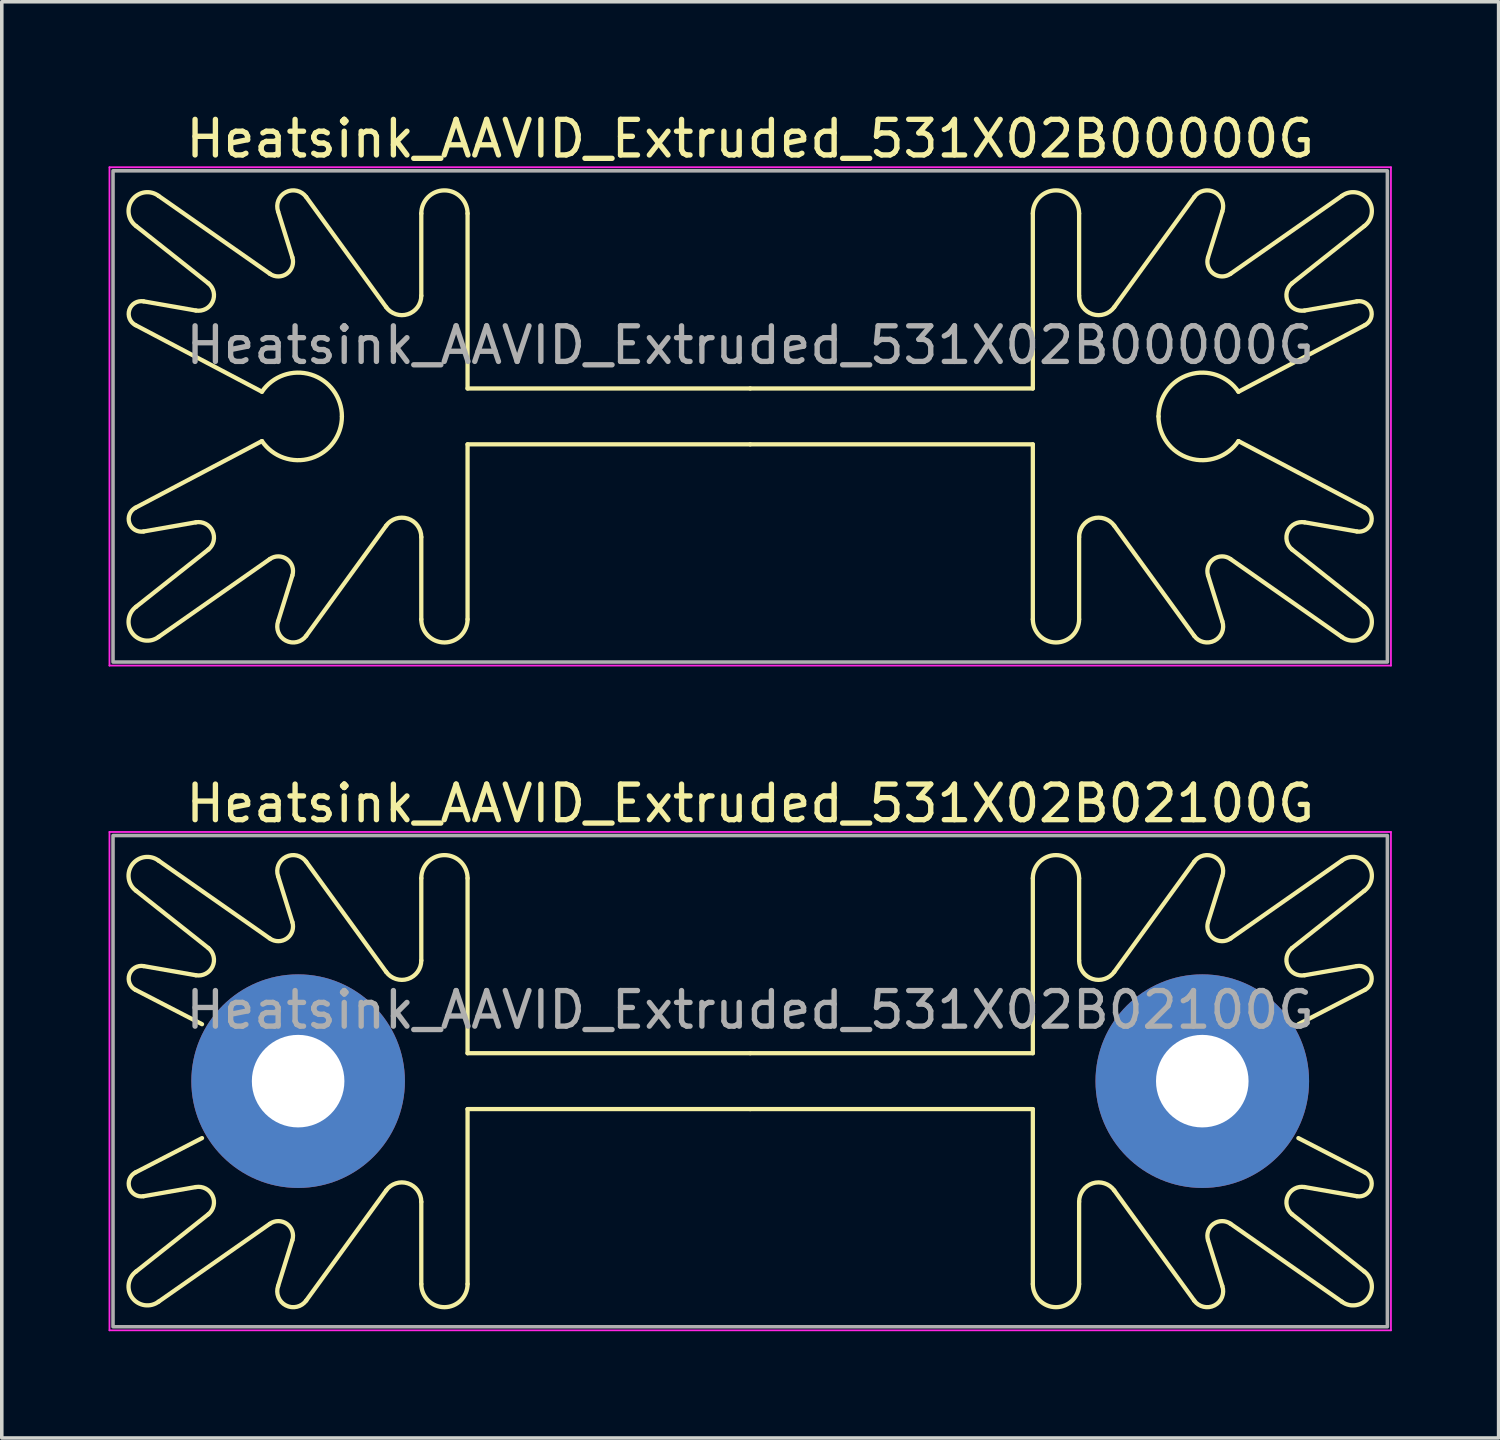
<source format=kicad_pcb>
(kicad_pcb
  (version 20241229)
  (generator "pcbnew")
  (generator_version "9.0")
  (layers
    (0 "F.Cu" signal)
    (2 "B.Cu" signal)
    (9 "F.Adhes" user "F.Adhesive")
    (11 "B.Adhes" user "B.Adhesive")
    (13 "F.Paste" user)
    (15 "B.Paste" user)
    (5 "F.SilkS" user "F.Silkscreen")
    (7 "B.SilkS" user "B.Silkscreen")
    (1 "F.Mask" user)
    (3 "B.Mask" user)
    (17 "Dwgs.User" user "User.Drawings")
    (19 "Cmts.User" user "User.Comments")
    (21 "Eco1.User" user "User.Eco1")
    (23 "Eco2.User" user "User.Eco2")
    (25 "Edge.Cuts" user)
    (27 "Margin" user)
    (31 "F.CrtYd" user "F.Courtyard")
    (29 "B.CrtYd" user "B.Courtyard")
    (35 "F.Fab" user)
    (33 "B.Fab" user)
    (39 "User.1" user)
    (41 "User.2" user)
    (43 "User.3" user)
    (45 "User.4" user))
  (footprint "Heatsink_AAVID_Extruded_531X02B02100G"
    (layer "F.Cu")
    (at 18.025 27.322)
    (property "Reference" "Heatsink_AAVID_Extruded_531X02B02100G" (at 0 -7.8 0) (layer "F.SilkS") (effects (font (size 1 1) (thickness 0.15))))
    (attr through_hole)
    (fp_line (start -17.251 -5.347) (end -15.22 -3.738) (stroke (width 0.12) (type default)) (layer "F.SilkS"))
    (fp_line (start -17.251 5.347) (end -15.22 3.738) (stroke (width 0.12) (type default)) (layer "F.SilkS"))
    (fp_line (start -17.041 -3.232) (end -15.573 -2.975) (stroke (width 0.12) (type default)) (layer "F.SilkS"))
    (fp_line (start -17.041 3.232) (end -15.573 2.975) (stroke (width 0.12) (type default)) (layer "F.SilkS"))
    (fp_line (start -16.62 -6.195) (end -13.494 -4.007) (stroke (width 0.12) (type default)) (layer "F.SilkS"))
    (fp_line (start -16.62 6.195) (end -13.494 4.007) (stroke (width 0.12) (type default)) (layer "F.SilkS"))
    (fp_line (start -15.4 -1.6) (end -17.269 -2.565) (stroke (width 0.12) (type default)) (layer "F.SilkS"))
    (fp_line (start -15.4 1.6) (end -17.269 2.565) (stroke (width 0.12) (type default)) (layer "F.SilkS"))
    (fp_line (start -13.262 -5.755) (end -12.861 -4.467) (stroke (width 0.12) (type default)) (layer "F.SilkS"))
    (fp_line (start -13.262 5.755) (end -12.861 4.467) (stroke (width 0.12) (type default)) (layer "F.SilkS"))
    (fp_line (start -12.474 -6.165) (end -10.227 -3.07) (stroke (width 0.12) (type default)) (layer "F.SilkS"))
    (fp_line (start -12.474 6.165) (end -10.227 3.07) (stroke (width 0.12) (type default)) (layer "F.SilkS"))
    (fp_line (start -9.24 -3.39) (end -9.24 -5.7) (stroke (width 0.12) (type default)) (layer "F.SilkS"))
    (fp_line (start -9.24 3.39) (end -9.24 5.7) (stroke (width 0.12) (type default)) (layer "F.SilkS"))
    (fp_line (start -7.94 -5.7) (end -7.94 -0.785) (stroke (width 0.12) (type default)) (layer "F.SilkS"))
    (fp_line (start -7.94 -0.785) (end 0 -0.785) (stroke (width 0.12) (type default)) (layer "F.SilkS"))
    (fp_line (start -7.94 0.785) (end 0 0.785) (stroke (width 0.12) (type default)) (layer "F.SilkS"))
    (fp_line (start -7.94 5.7) (end -7.94 0.785) (stroke (width 0.12) (type default)) (layer "F.SilkS"))
    (fp_line (start 7.94 -5.7) (end 7.94 -0.785) (stroke (width 0.12) (type default)) (layer "F.SilkS"))
    (fp_line (start 7.94 -0.785) (end 0 -0.785) (stroke (width 0.12) (type default)) (layer "F.SilkS"))
    (fp_line (start 7.94 0.785) (end 0 0.785) (stroke (width 0.12) (type default)) (layer "F.SilkS"))
    (fp_line (start 7.94 5.7) (end 7.94 0.785) (stroke (width 0.12) (type default)) (layer "F.SilkS"))
    (fp_line (start 9.24 -3.39) (end 9.24 -5.7) (stroke (width 0.12) (type default)) (layer "F.SilkS"))
    (fp_line (start 9.24 3.39) (end 9.24 5.7) (stroke (width 0.12) (type default)) (layer "F.SilkS"))
    (fp_line (start 12.474 -6.165) (end 10.227 -3.07) (stroke (width 0.12) (type default)) (layer "F.SilkS"))
    (fp_line (start 12.474 6.165) (end 10.227 3.07) (stroke (width 0.12) (type default)) (layer "F.SilkS"))
    (fp_line (start 13.262 -5.755) (end 12.861 -4.467) (stroke (width 0.12) (type default)) (layer "F.SilkS"))
    (fp_line (start 13.262 5.755) (end 12.861 4.467) (stroke (width 0.12) (type default)) (layer "F.SilkS"))
    (fp_line (start 15.4 -1.6) (end 17.269 -2.565) (stroke (width 0.12) (type default)) (layer "F.SilkS"))
    (fp_line (start 15.4 1.6) (end 17.269 2.565) (stroke (width 0.12) (type default)) (layer "F.SilkS"))
    (fp_line (start 16.62 -6.195) (end 13.494 -4.007) (stroke (width 0.12) (type default)) (layer "F.SilkS"))
    (fp_line (start 16.62 6.195) (end 13.494 4.007) (stroke (width 0.12) (type default)) (layer "F.SilkS"))
    (fp_line (start 17.041 -3.232) (end 15.573 -2.975) (stroke (width 0.12) (type default)) (layer "F.SilkS"))
    (fp_line (start 17.041 3.232) (end 15.573 2.975) (stroke (width 0.12) (type default)) (layer "F.SilkS"))
    (fp_line (start 17.251 -5.347) (end 15.22 -3.738) (stroke (width 0.12) (type default)) (layer "F.SilkS"))
    (fp_line (start 17.251 5.347) (end 15.22 3.738) (stroke (width 0.12) (type default)) (layer "F.SilkS"))
    (fp_arc (start -17.269214 -2.565036) (mid -17.440597 -2.996056) (end -17.041391 -3.232244) (stroke (width 0.12) (type default)) (layer "F.SilkS"))
    (fp_arc (start -17.251322 -5.347047) (mid -17.35513 -6.083544) (end -16.619722 -6.194806) (stroke (width 0.12) (type default)) (layer "F.SilkS"))
    (fp_arc (start -17.041391 3.232244) (mid -17.440597 2.996056) (end -17.269214 2.565036) (stroke (width 0.12) (type default)) (layer "F.SilkS"))
    (fp_arc (start -16.619722 6.194806) (mid -17.35513 6.083544) (end -17.251322 5.347047) (stroke (width 0.12) (type default)) (layer "F.SilkS"))
    (fp_arc (start -15.573285 2.975325) (mid -15.103475 3.221267) (end -15.220495 3.738486) (stroke (width 0.12) (type default)) (layer "F.SilkS"))
    (fp_arc (start -15.220495 -3.738486) (mid -15.103476 -3.221268) (end -15.573285 -2.975325) (stroke (width 0.12) (type default)) (layer "F.SilkS"))
    (fp_arc (start -13.494196 4.006938) (mid -13.013649 4.011159) (end -12.86112 4.466876) (stroke (width 0.12) (type default)) (layer "F.SilkS"))
    (fp_arc (start -13.262222 -5.754806) (mid -13.044559 -6.299541) (end -12.473631 -6.164803) (stroke (width 0.12) (type default)) (layer "F.SilkS"))
    (fp_arc (start -12.86112 -4.466876) (mid -13.013649 -4.011159) (end -13.494196 -4.006938) (stroke (width 0.12) (type default)) (layer "F.SilkS"))
    (fp_arc (start -12.473631 6.164803) (mid -13.044559 6.299541) (end -13.262222 5.754806) (stroke (width 0.12) (type default)) (layer "F.SilkS"))
    (fp_arc (start -10.227108 3.069551) (mid -9.617107 2.871094) (end -9.24 3.390015) (stroke (width 0.12) (type default)) (layer "F.SilkS"))
    (fp_arc (start -9.24 -5.700005) (mid -8.589998 -6.34999) (end -7.94 -5.7) (stroke (width 0.12) (type default)) (layer "F.SilkS"))
    (fp_arc (start -9.24 -3.390015) (mid -9.617106 -2.871091) (end -10.227108 -3.069551) (stroke (width 0.12) (type default)) (layer "F.SilkS"))
    (fp_arc (start -7.94 5.7) (mid -8.589998 6.34999) (end -9.24 5.700005) (stroke (width 0.12) (type default)) (layer "F.SilkS"))
    (fp_arc (start 7.94 -5.7) (mid 8.589997 -6.35) (end 9.24 -5.700005) (stroke (width 0.12) (type default)) (layer "F.SilkS"))
    (fp_arc (start 9.24 3.390015) (mid 9.617118 2.871065) (end 10.227108 3.069551) (stroke (width 0.12) (type default)) (layer "F.SilkS"))
    (fp_arc (start 9.24 5.700005) (mid 8.589998 6.35) (end 7.94 5.7) (stroke (width 0.12) (type default)) (layer "F.SilkS"))
    (fp_arc (start 10.227108 -3.069551) (mid 9.617136 -2.87112) (end 9.24 -3.390015) (stroke (width 0.12) (type default)) (layer "F.SilkS"))
    (fp_arc (start 12.473631 -6.164803) (mid 13.044573 -6.29957) (end 13.262222 -5.754806) (stroke (width 0.12) (type default)) (layer "F.SilkS"))
    (fp_arc (start 12.86112 4.466876) (mid 13.013648 4.011156) (end 13.494196 4.006938) (stroke (width 0.12) (type default)) (layer "F.SilkS"))
    (fp_arc (start 13.262222 5.754806) (mid 13.044557 6.299538) (end 12.473631 6.164803) (stroke (width 0.12) (type default)) (layer "F.SilkS"))
    (fp_arc (start 13.494196 -4.006938) (mid 13.013654 -4.011181) (end 12.86112 -4.466876) (stroke (width 0.12) (type default)) (layer "F.SilkS"))
    (fp_arc (start 15.220495 3.738486) (mid 15.103486 3.221284) (end 15.573285 2.975325) (stroke (width 0.12) (type default)) (layer "F.SilkS"))
    (fp_arc (start 15.573285 -2.975325) (mid 15.103462 -3.221272) (end 15.220495 -3.738486) (stroke (width 0.12) (type default)) (layer "F.SilkS"))
    (fp_arc (start 16.619722 -6.194806) (mid 17.355106 -6.08352) (end 17.251322 -5.347047) (stroke (width 0.12) (type default)) (layer "F.SilkS"))
    (fp_arc (start 17.041391 -3.232244) (mid 17.440636 -2.99603) (end 17.269214 -2.565036) (stroke (width 0.12) (type default)) (layer "F.SilkS"))
    (fp_arc (start 17.251322 5.347047) (mid 17.355097 6.083513) (end 16.619722 6.194806) (stroke (width 0.12) (type default)) (layer "F.SilkS"))
    (fp_arc (start 17.269214 2.565036) (mid 17.440597 2.996059) (end 17.041391 3.232244) (stroke (width 0.12) (type default)) (layer "F.SilkS"))
    (fp_line (start -18 -7) (end -18 7) (stroke (width 0.05) (type solid)) (layer "F.CrtYd"))
    (fp_line (start -18 -7) (end 18 -7) (stroke (width 0.05) (type solid)) (layer "F.CrtYd"))
    (fp_line (start 18 7) (end -18 7) (stroke (width 0.05) (type solid)) (layer "F.CrtYd"))
    (fp_line (start 18 7) (end 18 -7) (stroke (width 0.05) (type solid)) (layer "F.CrtYd"))
    (fp_rect (start -17.9 -6.9) (end 17.9 6.9) (stroke (width 0.1) (type default)) (fill no) (layer "F.Fab"))
    (fp_text user "${REFERENCE}" (at 0 -2 0) (layer "F.Fab") (effects (font (size 1 1) (thickness 0.15))))
    (pad "1" thru_hole circle (at -12.7 0) (size 6 6) (drill 2.6) (layers "*.Cu" "*.Mask"))
    (pad "1" thru_hole circle (at 12.7 0) (size 6 6) (drill 2.6) (layers "*.Cu" "*.Mask")))
  (footprint "Heatsink_AAVID_Extruded_531X02B00000G"
    (layer "F.Cu")
    (at 18.025 8.648)
    (property "Reference" "Heatsink_AAVID_Extruded_531X02B00000G" (at 0 -7.8 0) (layer "F.SilkS") (effects (font (size 1 1) (thickness 0.15))))
    (fp_line (start -17.251 -5.347) (end -15.22 -3.738) (stroke (width 0.12) (type default)) (layer "F.SilkS"))
    (fp_line (start -17.251 5.347) (end -15.22 3.738) (stroke (width 0.12) (type default)) (layer "F.SilkS"))
    (fp_line (start -17.041 -3.232) (end -15.573 -2.975) (stroke (width 0.12) (type default)) (layer "F.SilkS"))
    (fp_line (start -17.041 3.232) (end -15.573 2.975) (stroke (width 0.12) (type default)) (layer "F.SilkS"))
    (fp_line (start -16.62 -6.195) (end -13.494 -4.007) (stroke (width 0.12) (type default)) (layer "F.SilkS"))
    (fp_line (start -16.62 6.195) (end -13.494 4.007) (stroke (width 0.12) (type default)) (layer "F.SilkS"))
    (fp_line (start -13.716 -0.693) (end -17.269 -2.565) (stroke (width 0.12) (type default)) (layer "F.SilkS"))
    (fp_line (start -13.716 0.693) (end -17.269 2.565) (stroke (width 0.12) (type default)) (layer "F.SilkS"))
    (fp_line (start -13.262 -5.755) (end -12.861 -4.467) (stroke (width 0.12) (type default)) (layer "F.SilkS"))
    (fp_line (start -13.262 5.755) (end -12.861 4.467) (stroke (width 0.12) (type default)) (layer "F.SilkS"))
    (fp_line (start -12.474 -6.165) (end -10.227 -3.07) (stroke (width 0.12) (type default)) (layer "F.SilkS"))
    (fp_line (start -12.474 6.165) (end -10.227 3.07) (stroke (width 0.12) (type default)) (layer "F.SilkS"))
    (fp_line (start -9.24 -3.39) (end -9.24 -5.7) (stroke (width 0.12) (type default)) (layer "F.SilkS"))
    (fp_line (start -9.24 3.39) (end -9.24 5.7) (stroke (width 0.12) (type default)) (layer "F.SilkS"))
    (fp_line (start -7.94 -5.7) (end -7.94 -0.785) (stroke (width 0.12) (type default)) (layer "F.SilkS"))
    (fp_line (start -7.94 -0.785) (end 0 -0.785) (stroke (width 0.12) (type default)) (layer "F.SilkS"))
    (fp_line (start -7.94 0.785) (end 0 0.785) (stroke (width 0.12) (type default)) (layer "F.SilkS"))
    (fp_line (start -7.94 5.7) (end -7.94 0.785) (stroke (width 0.12) (type default)) (layer "F.SilkS"))
    (fp_line (start 7.94 -5.7) (end 7.94 -0.785) (stroke (width 0.12) (type default)) (layer "F.SilkS"))
    (fp_line (start 7.94 -0.785) (end 0 -0.785) (stroke (width 0.12) (type default)) (layer "F.SilkS"))
    (fp_line (start 7.94 0.785) (end 0 0.785) (stroke (width 0.12) (type default)) (layer "F.SilkS"))
    (fp_line (start 7.94 5.7) (end 7.94 0.785) (stroke (width 0.12) (type default)) (layer "F.SilkS"))
    (fp_line (start 9.24 -3.39) (end 9.24 -5.7) (stroke (width 0.12) (type default)) (layer "F.SilkS"))
    (fp_line (start 9.24 3.39) (end 9.24 5.7) (stroke (width 0.12) (type default)) (layer "F.SilkS"))
    (fp_line (start 12.474 -6.165) (end 10.227 -3.07) (stroke (width 0.12) (type default)) (layer "F.SilkS"))
    (fp_line (start 12.474 6.165) (end 10.227 3.07) (stroke (width 0.12) (type default)) (layer "F.SilkS"))
    (fp_line (start 13.262 -5.755) (end 12.861 -4.467) (stroke (width 0.12) (type default)) (layer "F.SilkS"))
    (fp_line (start 13.262 5.755) (end 12.861 4.467) (stroke (width 0.12) (type default)) (layer "F.SilkS"))
    (fp_line (start 13.716 -0.693) (end 17.269 -2.565) (stroke (width 0.12) (type default)) (layer "F.SilkS"))
    (fp_line (start 13.716 0.693) (end 17.269 2.565) (stroke (width 0.12) (type default)) (layer "F.SilkS"))
    (fp_line (start 16.62 -6.195) (end 13.494 -4.007) (stroke (width 0.12) (type default)) (layer "F.SilkS"))
    (fp_line (start 16.62 6.195) (end 13.494 4.007) (stroke (width 0.12) (type default)) (layer "F.SilkS"))
    (fp_line (start 17.041 -3.232) (end 15.573 -2.975) (stroke (width 0.12) (type default)) (layer "F.SilkS"))
    (fp_line (start 17.041 3.232) (end 15.573 2.975) (stroke (width 0.12) (type default)) (layer "F.SilkS"))
    (fp_line (start 17.251 -5.347) (end 15.22 -3.738) (stroke (width 0.12) (type default)) (layer "F.SilkS"))
    (fp_line (start 17.251 5.347) (end 15.22 3.738) (stroke (width 0.12) (type default)) (layer "F.SilkS"))
    (fp_arc (start -17.269214 -2.565036) (mid -17.440597 -2.996056) (end -17.041391 -3.232244) (stroke (width 0.12) (type default)) (layer "F.SilkS"))
    (fp_arc (start -17.251322 -5.347047) (mid -17.35513 -6.083544) (end -16.619722 -6.194806) (stroke (width 0.12) (type default)) (layer "F.SilkS"))
    (fp_arc (start -17.041391 3.232244) (mid -17.440597 2.996056) (end -17.269214 2.565036) (stroke (width 0.12) (type default)) (layer "F.SilkS"))
    (fp_arc (start -16.619722 6.194806) (mid -17.35513 6.083544) (end -17.251322 5.347047) (stroke (width 0.12) (type default)) (layer "F.SilkS"))
    (fp_arc (start -15.573285 2.975325) (mid -15.103475 3.221267) (end -15.220495 3.738486) (stroke (width 0.12) (type default)) (layer "F.SilkS"))
    (fp_arc (start -15.220495 -3.738486) (mid -15.103476 -3.221268) (end -15.573285 -2.975325) (stroke (width 0.12) (type default)) (layer "F.SilkS"))
    (fp_arc (start -13.716008 -0.693273) (mid -12.337226 -1.175286) (end -11.470001 0) (stroke (width 0.12) (type default)) (layer "F.SilkS"))
    (fp_arc (start -13.494196 4.006938) (mid -13.013649 4.011159) (end -12.86112 4.466876) (stroke (width 0.12) (type default)) (layer "F.SilkS"))
    (fp_arc (start -13.262222 -5.754806) (mid -13.044559 -6.299541) (end -12.473631 -6.164803) (stroke (width 0.12) (type default)) (layer "F.SilkS"))
    (fp_arc (start -12.86112 -4.466876) (mid -13.013649 -4.011159) (end -13.494196 -4.006938) (stroke (width 0.12) (type default)) (layer "F.SilkS"))
    (fp_arc (start -12.473631 6.164803) (mid -13.044559 6.299541) (end -13.262222 5.754806) (stroke (width 0.12) (type default)) (layer "F.SilkS"))
    (fp_arc (start -11.470001 0) (mid -12.337226 1.175286) (end -13.716008 0.693273) (stroke (width 0.12) (type default)) (layer "F.SilkS"))
    (fp_arc (start -10.227108 3.069551) (mid -9.617107 2.871094) (end -9.24 3.390015) (stroke (width 0.12) (type default)) (layer "F.SilkS"))
    (fp_arc (start -9.24 -5.700005) (mid -8.589998 -6.34999) (end -7.94 -5.7) (stroke (width 0.12) (type default)) (layer "F.SilkS"))
    (fp_arc (start -9.24 -3.390015) (mid -9.617106 -2.871091) (end -10.227108 -3.069551) (stroke (width 0.12) (type default)) (layer "F.SilkS"))
    (fp_arc (start -7.94 5.7) (mid -8.589998 6.34999) (end -9.24 5.700005) (stroke (width 0.12) (type default)) (layer "F.SilkS"))
    (fp_arc (start 7.94 -5.7) (mid 8.589997 -6.35) (end 9.24 -5.700005) (stroke (width 0.12) (type default)) (layer "F.SilkS"))
    (fp_arc (start 9.24 3.390015) (mid 9.617118 2.871065) (end 10.227108 3.069551) (stroke (width 0.12) (type default)) (layer "F.SilkS"))
    (fp_arc (start 9.24 5.700005) (mid 8.589998 6.35) (end 7.94 5.7) (stroke (width 0.12) (type default)) (layer "F.SilkS"))
    (fp_arc (start 10.227108 -3.069551) (mid 9.617136 -2.87112) (end 9.24 -3.390015) (stroke (width 0.12) (type default)) (layer "F.SilkS"))
    (fp_arc (start 11.470001 0) (mid 12.337226 -1.175284) (end 13.716008 -0.693273) (stroke (width 0.12) (type default)) (layer "F.SilkS"))
    (fp_arc (start 12.473631 -6.164803) (mid 13.044573 -6.29957) (end 13.262222 -5.754806) (stroke (width 0.12) (type default)) (layer "F.SilkS"))
    (fp_arc (start 12.86112 4.466876) (mid 13.013648 4.011156) (end 13.494196 4.006938) (stroke (width 0.12) (type default)) (layer "F.SilkS"))
    (fp_arc (start 13.262222 5.754806) (mid 13.044557 6.299538) (end 12.473631 6.164803) (stroke (width 0.12) (type default)) (layer "F.SilkS"))
    (fp_arc (start 13.494196 -4.006938) (mid 13.013654 -4.011181) (end 12.86112 -4.466876) (stroke (width 0.12) (type default)) (layer "F.SilkS"))
    (fp_arc (start 13.716008 0.693273) (mid 12.337226 1.175285) (end 11.470001 0) (stroke (width 0.12) (type default)) (layer "F.SilkS"))
    (fp_arc (start 15.220495 3.738486) (mid 15.103486 3.221284) (end 15.573285 2.975325) (stroke (width 0.12) (type default)) (layer "F.SilkS"))
    (fp_arc (start 15.573285 -2.975325) (mid 15.103462 -3.221272) (end 15.220495 -3.738486) (stroke (width 0.12) (type default)) (layer "F.SilkS"))
    (fp_arc (start 16.619722 -6.194806) (mid 17.355106 -6.08352) (end 17.251322 -5.347047) (stroke (width 0.12) (type default)) (layer "F.SilkS"))
    (fp_arc (start 17.041391 -3.232244) (mid 17.440636 -2.99603) (end 17.269214 -2.565036) (stroke (width 0.12) (type default)) (layer "F.SilkS"))
    (fp_arc (start 17.251322 5.347047) (mid 17.355097 6.083513) (end 16.619722 6.194806) (stroke (width 0.12) (type default)) (layer "F.SilkS"))
    (fp_arc (start 17.269214 2.565036) (mid 17.440597 2.996059) (end 17.041391 3.232244) (stroke (width 0.12) (type default)) (layer "F.SilkS"))
    (fp_line (start -18 -7) (end -18 7) (stroke (width 0.05) (type solid)) (layer "F.CrtYd"))
    (fp_line (start -18 -7) (end 18 -7) (stroke (width 0.05) (type solid)) (layer "F.CrtYd"))
    (fp_line (start 18 7) (end -18 7) (stroke (width 0.05) (type solid)) (layer "F.CrtYd"))
    (fp_line (start 18 7) (end 18 -7) (stroke (width 0.05) (type solid)) (layer "F.CrtYd"))
    (fp_rect (start -17.9 -6.9) (end 17.9 6.9) (stroke (width 0.1) (type default)) (fill no) (layer "F.Fab"))
    (fp_text user "${REFERENCE}" (at 0 -2 0) (layer "F.Fab") (effects (font (size 1 1) (thickness 0.15)))))
  (gr_rect
    (start -3 -3)
    (end 39.05 37.346)
    (stroke (width 0.1) (type default))
    (fill no)
    (layer "Edge.Cuts")))
</source>
